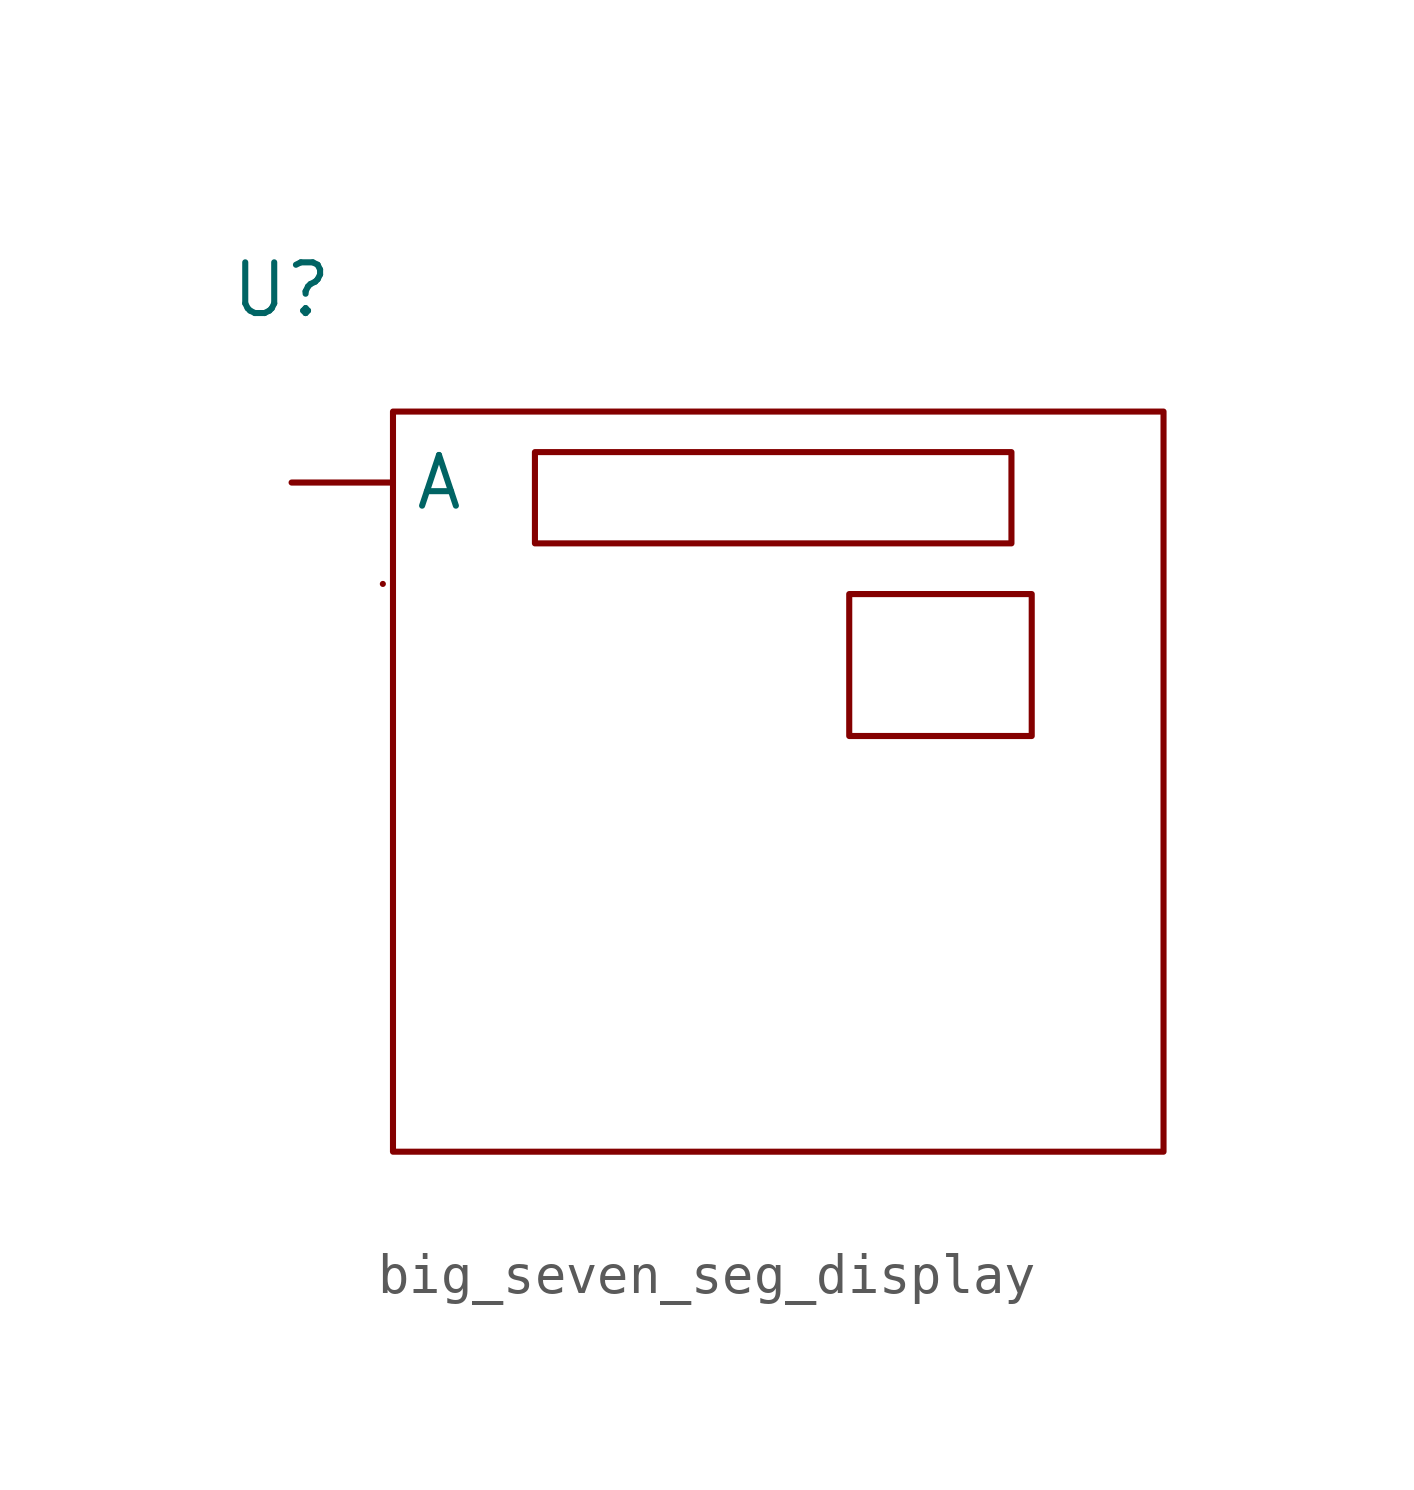
<source format=kicad_sym>
(kicad_symbol_lib
  (version 20220914)
  (generator kicad_symbol_editor)
  (symbol "big_seven_seg_display"
    (property "Reference" "U"
      (at 0 0 0)
      (effects (font (size 1.27 1.27))))
    (property "Value" ""
      (at 0 0 0)
      (effects (font (size 1.27 1.27))))
    (symbol "big_seven_seg_display_0_1"
      (rectangle (start 2.54 -7.366) (end 2.54 -7.366) (stroke (width 0) (type default)) (fill (type none)))
      (rectangle (start 2.794 -3.048) (end 22.098 -21.59) (stroke (width 0) (type default)) (fill (type none)))
      (rectangle (start 6.35 -4.064) (end 18.288 -6.35) (stroke (width 0) (type default)) (fill (type none)))
      (rectangle (start 14.224 -7.62) (end 18.796 -11.176) (stroke (width 0) (type default)) (fill (type none))))
    (symbol "big_seven_seg_display_1_1"
      (pin input line (at 0.254 -4.826 0) (length 2.54) (name "A" (effects (font (size 1.27 1.27)))) (number "" (effects (font (size 1.27 1.27))))))))
</source>
